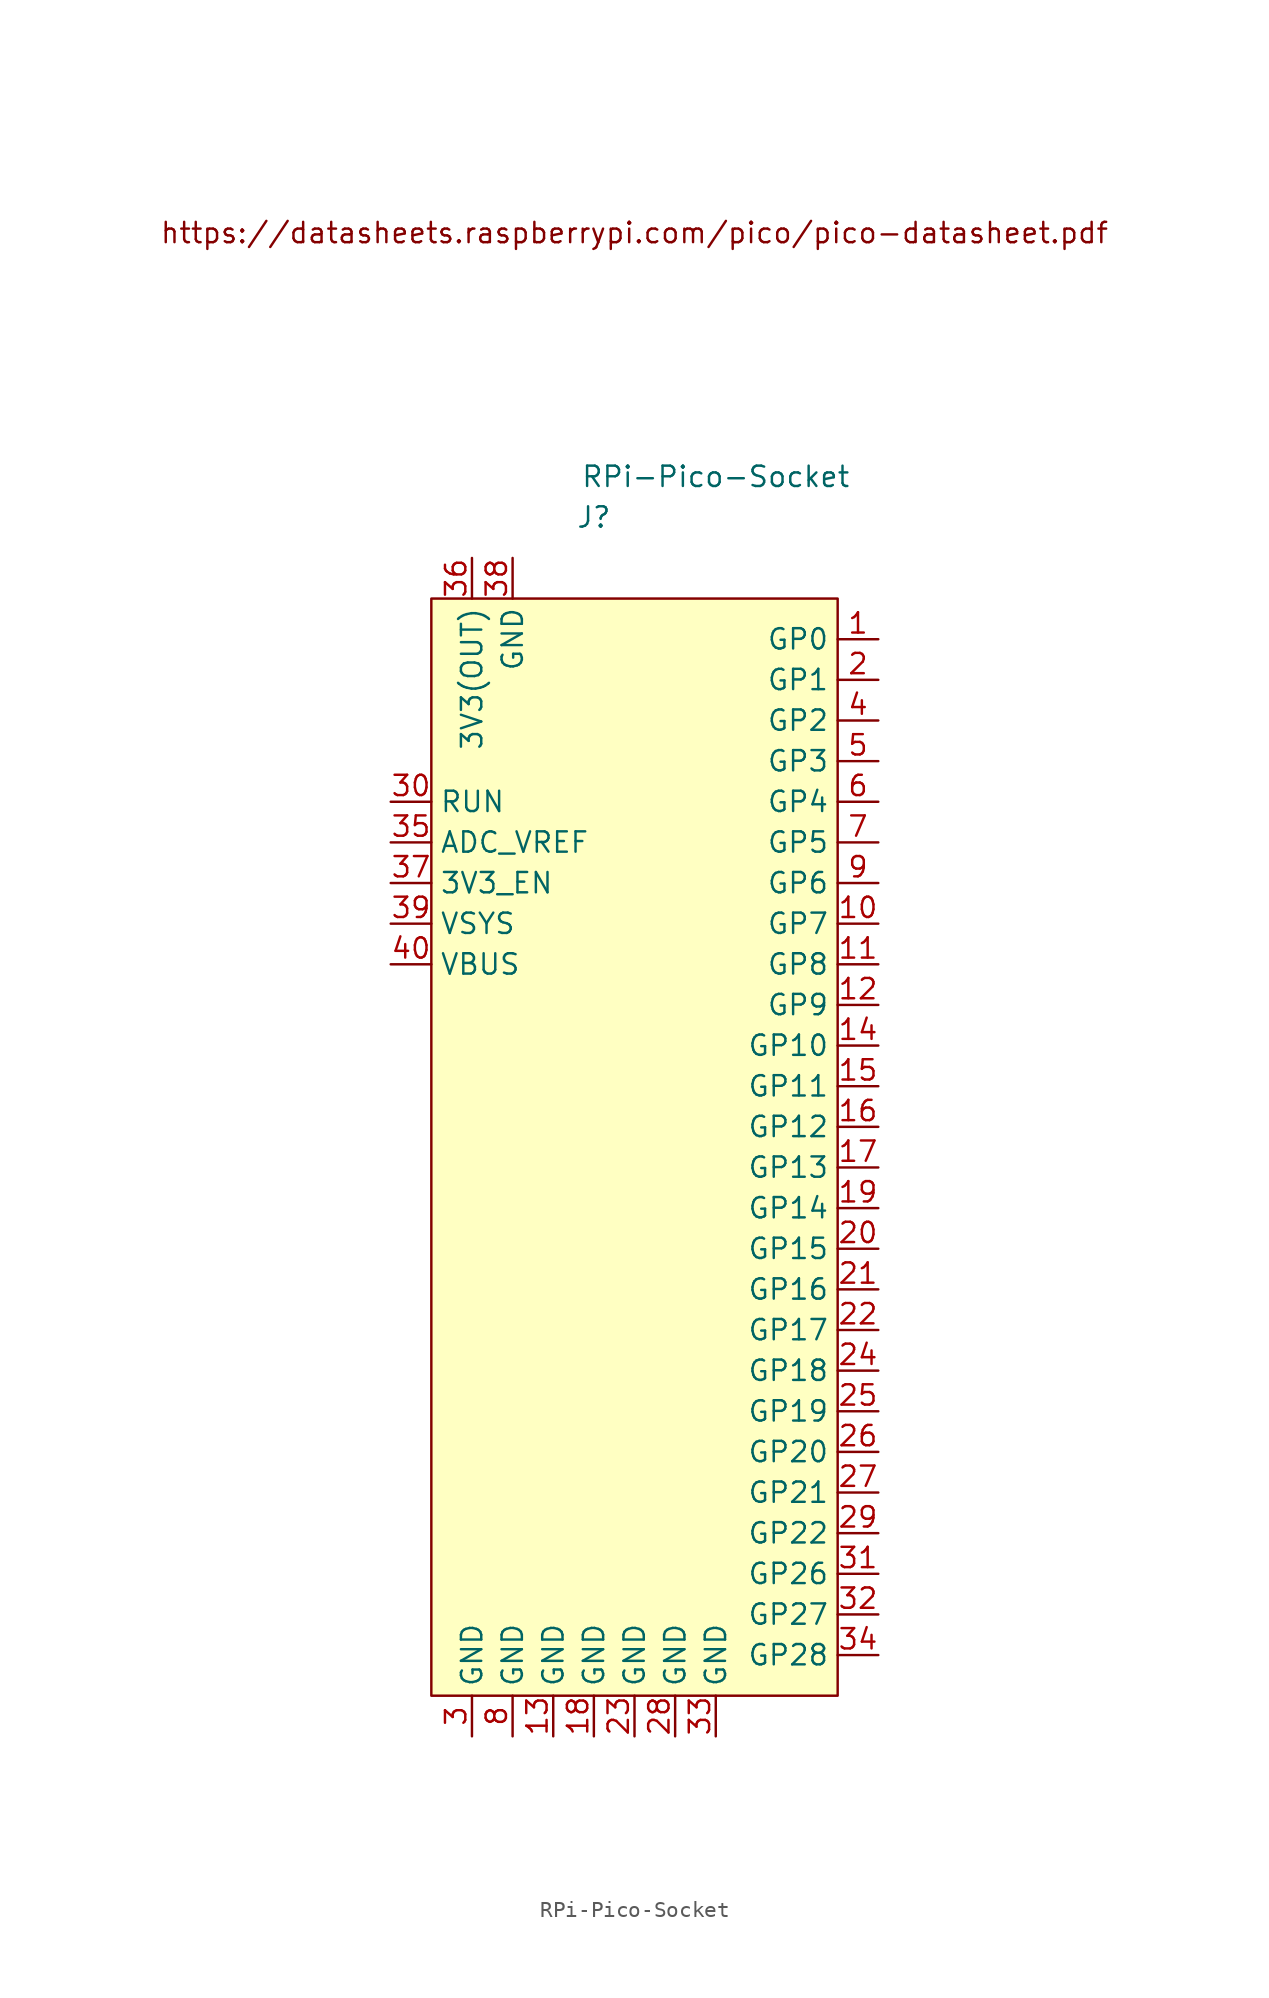
<source format=kicad_sym>
(kicad_symbol_lib
  (version 20211014)
  (generator kicad_symbol_editor)
  (symbol "RPi-Pico-Socket"
    (property "Reference" "J"
      (at -2.54 38.1 0)
      (effects (font (size 1.27 1.27))))
    (property "Value" "RPi-Pico-Socket"
      (at 5.08 40.64 0)
      (effects (font (size 1.27 1.27))))
    (symbol "RPi-Pico-Socket_0_0"
      (text "https://datasheets.raspberrypi.com/pico/pico-datasheet.pdf" (at 0 55.88 0) (effects (font (size 1.27 1.27)))))
    (symbol "RPi-Pico-Socket_0_1"
      (rectangle (start -12.7 33.02) (end 12.7 -35.56) (stroke (width 0) (type default) (color 0 0 0 0)) (fill (type background))))
    (symbol "RPi-Pico-Socket_1_1"
      (pin bidirectional line (at 15.24 30.48 180) (length 2.54) (name "GP0" (effects (font (size 1.27 1.27)))) (number "1" (effects (font (size 1.27 1.27)))))
      (pin bidirectional line (at 15.24 12.7 180) (length 2.54) (name "GP7" (effects (font (size 1.27 1.27)))) (number "10" (effects (font (size 1.27 1.27)))))
      (pin bidirectional line (at 15.24 10.16 180) (length 2.54) (name "GP8" (effects (font (size 1.27 1.27)))) (number "11" (effects (font (size 1.27 1.27)))))
      (pin bidirectional line (at 15.24 7.62 180) (length 2.54) (name "GP9" (effects (font (size 1.27 1.27)))) (number "12" (effects (font (size 1.27 1.27)))))
      (pin power_out line (at -5.08 -38.1 90) (length 2.54) (name "GND" (effects (font (size 1.27 1.27)))) (number "13" (effects (font (size 1.27 1.27)))))
      (pin bidirectional line (at 15.24 5.08 180) (length 2.54) (name "GP10" (effects (font (size 1.27 1.27)))) (number "14" (effects (font (size 1.27 1.27)))))
      (pin bidirectional line (at 15.24 2.54 180) (length 2.54) (name "GP11" (effects (font (size 1.27 1.27)))) (number "15" (effects (font (size 1.27 1.27)))))
      (pin bidirectional line (at 15.24 0 180) (length 2.54) (name "GP12" (effects (font (size 1.27 1.27)))) (number "16" (effects (font (size 1.27 1.27)))))
      (pin bidirectional line (at 15.24 -2.54 180) (length 2.54) (name "GP13" (effects (font (size 1.27 1.27)))) (number "17" (effects (font (size 1.27 1.27)))))
      (pin power_out line (at -2.54 -38.1 90) (length 2.54) (name "GND" (effects (font (size 1.27 1.27)))) (number "18" (effects (font (size 1.27 1.27)))))
      (pin bidirectional line (at 15.24 -5.08 180) (length 2.54) (name "GP14" (effects (font (size 1.27 1.27)))) (number "19" (effects (font (size 1.27 1.27)))))
      (pin bidirectional line (at 15.24 27.94 180) (length 2.54) (name "GP1" (effects (font (size 1.27 1.27)))) (number "2" (effects (font (size 1.27 1.27)))))
      (pin bidirectional line (at 15.24 -7.62 180) (length 2.54) (name "GP15" (effects (font (size 1.27 1.27)))) (number "20" (effects (font (size 1.27 1.27)))))
      (pin bidirectional line (at 15.24 -10.16 180) (length 2.54) (name "GP16" (effects (font (size 1.27 1.27)))) (number "21" (effects (font (size 1.27 1.27)))))
      (pin bidirectional line (at 15.24 -12.7 180) (length 2.54) (name "GP17" (effects (font (size 1.27 1.27)))) (number "22" (effects (font (size 1.27 1.27)))))
      (pin power_out line (at 0 -38.1 90) (length 2.54) (name "GND" (effects (font (size 1.27 1.27)))) (number "23" (effects (font (size 1.27 1.27)))))
      (pin bidirectional line (at 15.24 -15.24 180) (length 2.54) (name "GP18" (effects (font (size 1.27 1.27)))) (number "24" (effects (font (size 1.27 1.27)))))
      (pin bidirectional line (at 15.24 -17.78 180) (length 2.54) (name "GP19" (effects (font (size 1.27 1.27)))) (number "25" (effects (font (size 1.27 1.27)))))
      (pin bidirectional line (at 15.24 -20.32 180) (length 2.54) (name "GP20" (effects (font (size 1.27 1.27)))) (number "26" (effects (font (size 1.27 1.27)))))
      (pin bidirectional line (at 15.24 -22.86 180) (length 2.54) (name "GP21" (effects (font (size 1.27 1.27)))) (number "27" (effects (font (size 1.27 1.27)))))
      (pin power_out line (at 2.54 -38.1 90) (length 2.54) (name "GND" (effects (font (size 1.27 1.27)))) (number "28" (effects (font (size 1.27 1.27)))))
      (pin bidirectional line (at 15.24 -25.4 180) (length 2.54) (name "GP22" (effects (font (size 1.27 1.27)))) (number "29" (effects (font (size 1.27 1.27)))))
      (pin power_out line (at -10.16 -38.1 90) (length 2.54) (name "GND" (effects (font (size 1.27 1.27)))) (number "3" (effects (font (size 1.27 1.27)))))
      (pin input line (at -15.24 20.32 0) (length 2.54) (name "RUN" (effects (font (size 1.27 1.27)))) (number "30" (effects (font (size 1.27 1.27)))))
      (pin bidirectional line (at 15.24 -27.94 180) (length 2.54) (name "GP26" (effects (font (size 1.27 1.27)))) (number "31" (effects (font (size 1.27 1.27)))))
      (pin bidirectional line (at 15.24 -30.48 180) (length 2.54) (name "GP27" (effects (font (size 1.27 1.27)))) (number "32" (effects (font (size 1.27 1.27)))))
      (pin power_out line (at 5.08 -38.1 90) (length 2.54) (name "GND" (effects (font (size 1.27 1.27)))) (number "33" (effects (font (size 1.27 1.27)))))
      (pin bidirectional line (at 15.24 -33.02 180) (length 2.54) (name "GP28" (effects (font (size 1.27 1.27)))) (number "34" (effects (font (size 1.27 1.27)))))
      (pin input line (at -15.24 17.78 0) (length 2.54) (name "ADC_VREF" (effects (font (size 1.27 1.27)))) (number "35" (effects (font (size 1.27 1.27)))))
      (pin power_out line (at -10.16 35.56 270) (length 2.54) (name "3V3(OUT)" (effects (font (size 1.27 1.27)))) (number "36" (effects (font (size 1.27 1.27)))))
      (pin input line (at -15.24 15.24 0) (length 2.54) (name "3V3_EN" (effects (font (size 1.27 1.27)))) (number "37" (effects (font (size 1.27 1.27)))))
      (pin power_out line (at -7.62 35.56 270) (length 2.54) (name "GND" (effects (font (size 1.27 1.27)))) (number "38" (effects (font (size 1.27 1.27)))))
      (pin power_in line (at -15.24 12.7 0) (length 2.54) (name "VSYS" (effects (font (size 1.27 1.27)))) (number "39" (effects (font (size 1.27 1.27)))))
      (pin bidirectional line (at 15.24 25.4 180) (length 2.54) (name "GP2" (effects (font (size 1.27 1.27)))) (number "4" (effects (font (size 1.27 1.27)))))
      (pin power_out line (at -15.24 10.16 0) (length 2.54) (name "VBUS" (effects (font (size 1.27 1.27)))) (number "40" (effects (font (size 1.27 1.27)))))
      (pin bidirectional line (at 15.24 22.86 180) (length 2.54) (name "GP3" (effects (font (size 1.27 1.27)))) (number "5" (effects (font (size 1.27 1.27)))))
      (pin bidirectional line (at 15.24 20.32 180) (length 2.54) (name "GP4" (effects (font (size 1.27 1.27)))) (number "6" (effects (font (size 1.27 1.27)))))
      (pin bidirectional line (at 15.24 17.78 180) (length 2.54) (name "GP5" (effects (font (size 1.27 1.27)))) (number "7" (effects (font (size 1.27 1.27)))))
      (pin power_out line (at -7.62 -38.1 90) (length 2.54) (name "GND" (effects (font (size 1.27 1.27)))) (number "8" (effects (font (size 1.27 1.27)))))
      (pin bidirectional line (at 15.24 15.24 180) (length 2.54) (name "GP6" (effects (font (size 1.27 1.27)))) (number "9" (effects (font (size 1.27 1.27))))))))
</source>
